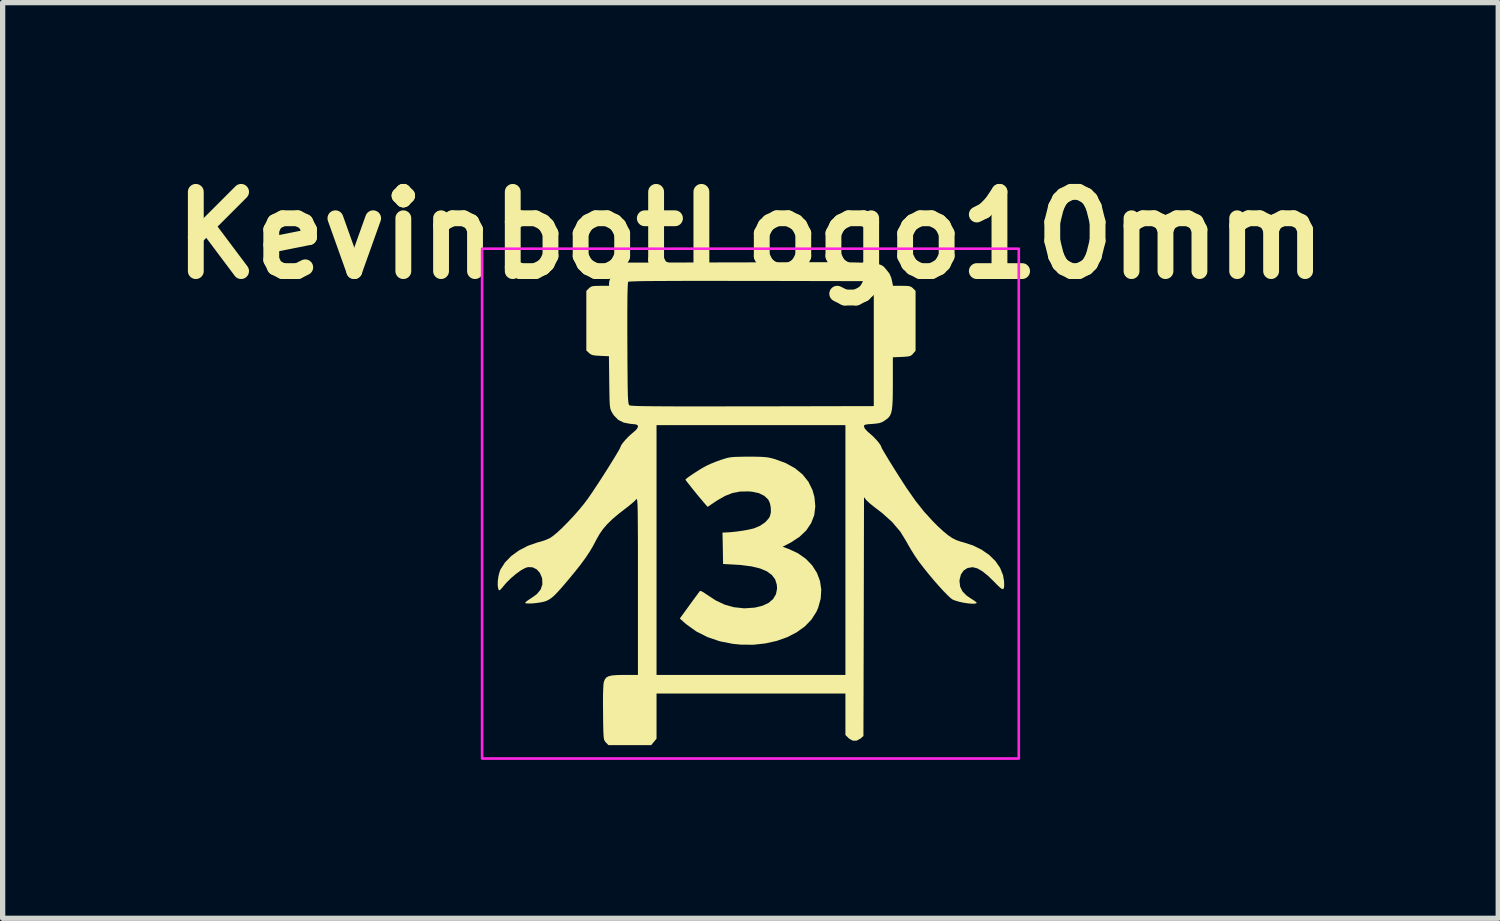
<source format=kicad_pcb>
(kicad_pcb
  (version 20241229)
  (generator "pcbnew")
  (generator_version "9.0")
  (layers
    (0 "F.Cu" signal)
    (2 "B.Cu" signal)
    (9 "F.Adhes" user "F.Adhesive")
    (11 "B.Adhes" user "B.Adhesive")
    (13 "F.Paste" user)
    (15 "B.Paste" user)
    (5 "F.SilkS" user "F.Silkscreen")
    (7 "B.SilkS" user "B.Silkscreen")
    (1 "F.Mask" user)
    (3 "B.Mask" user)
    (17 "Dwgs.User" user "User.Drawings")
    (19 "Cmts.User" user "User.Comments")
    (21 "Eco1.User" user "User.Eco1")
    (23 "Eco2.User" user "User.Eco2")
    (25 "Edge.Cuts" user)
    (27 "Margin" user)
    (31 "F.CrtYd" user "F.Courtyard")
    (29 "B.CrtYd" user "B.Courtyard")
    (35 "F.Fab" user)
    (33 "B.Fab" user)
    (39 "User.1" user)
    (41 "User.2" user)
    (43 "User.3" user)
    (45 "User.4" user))
  (footprint "KevinbotLogo10mm"
    (layer "F.Cu")
    (at 11.157 6.23)
    (property "Reference" "KevinbotLogo10mm" (at 0 -4.826 0) (layer "F.SilkS") (effects (font (size 1.5 1.5) (thickness 0.3))))
    (attr board_only exclude_from_pos_files exclude_from_bom)
    (fp_poly (pts (xy 0.091 -0.634) (xy 0.191 -0.632) (xy 0.268 -0.627) (xy 0.332 -0.62) (xy 0.391 -0.608) (xy 0.453 -0.591) (xy 0.458 -0.59) (xy 0.666 -0.514) (xy 0.842 -0.417) (xy 0.986 -0.299) (xy 1.097 -0.16) (xy 1.175 -0.001) (xy 1.212 0.132) (xy 1.228 0.307) (xy 1.208 0.471) (xy 1.15 0.622) (xy 1.058 0.76) (xy 0.93 0.882) (xy 0.769 0.988) (xy 0.743 1.002) (xy 0.609 1.071) (xy 0.722 1.112) (xy 0.899 1.194) (xy 1.048 1.299) (xy 1.169 1.424) (xy 1.259 1.566) (xy 1.317 1.72) (xy 1.341 1.884) (xy 1.33 2.053) (xy 1.283 2.224) (xy 1.249 2.302) (xy 1.155 2.449) (xy 1.03 2.579) (xy 0.876 2.69) (xy 0.698 2.782) (xy 0.499 2.853) (xy 0.284 2.901) (xy 0.056 2.926) (xy -0.181 2.924) (xy -0.327 2.91) (xy -0.579 2.861) (xy -0.814 2.781) (xy -1.027 2.673) (xy -1.213 2.539) (xy -1.237 2.519) (xy -1.337 2.429) (xy -1.154 2.177) (xy -1.091 2.09) (xy -1.035 2.014) (xy -0.991 1.954) (xy -0.963 1.917) (xy -0.956 1.908) (xy -0.934 1.91) (xy -0.892 1.932) (xy -0.837 1.969) (xy -0.661 2.085) (xy -0.49 2.166) (xy -0.316 2.215) (xy -0.134 2.235) (xy -0.088 2.235) (xy 0.083 2.223) (xy 0.227 2.188) (xy 0.343 2.134) (xy 0.429 2.06) (xy 0.483 1.969) (xy 0.504 1.862) (xy 0.499 1.789) (xy 0.468 1.689) (xy 0.405 1.605) (xy 0.311 1.536) (xy 0.183 1.482) (xy 0.021 1.443) (xy -0.177 1.417) (xy -0.283 1.41) (xy -0.518 1.397) (xy -0.523 1.099) (xy -0.529 0.801) (xy -0.484 0.801) (xy -0.386 0.796) (xy -0.269 0.784) (xy -0.148 0.767) (xy -0.036 0.747) (xy 0.053 0.726) (xy 0.065 0.723) (xy 0.182 0.674) (xy 0.28 0.607) (xy 0.349 0.53) (xy 0.371 0.488) (xy 0.387 0.416) (xy 0.385 0.328) (xy 0.368 0.244) (xy 0.338 0.179) (xy 0.263 0.107) (xy 0.162 0.057) (xy 0.032 0.029) (xy -0.042 0.023) (xy -0.197 0.026) (xy -0.339 0.053) (xy -0.479 0.108) (xy -0.626 0.192) (xy -0.649 0.207) (xy -0.811 0.316) (xy -0.876 0.241) (xy -0.925 0.183) (xy -0.983 0.114) (xy -1.044 0.039) (xy -1.105 -0.036) (xy -1.158 -0.103) (xy -1.2 -0.157) (xy -1.226 -0.191) (xy -1.231 -0.2) (xy -1.215 -0.217) (xy -1.174 -0.249) (xy -1.113 -0.291) (xy -1.042 -0.338) (xy -0.967 -0.386) (xy -0.896 -0.428) (xy -0.836 -0.461) (xy -0.83 -0.464) (xy -0.754 -0.499) (xy -0.659 -0.538) (xy -0.563 -0.573) (xy -0.547 -0.578) (xy -0.484 -0.598) (xy -0.43 -0.613) (xy -0.375 -0.623) (xy -0.313 -0.629) (xy -0.234 -0.632) (xy -0.13 -0.634) (xy -0.039 -0.634)) (stroke (width 0) (type solid)) (fill yes) (layer "F.SilkS"))
    (fp_poly (pts (xy 1.421 -4.316) (xy 1.619 -4.315) (xy 1.791 -4.314) (xy 1.939 -4.312) (xy 2.064 -4.309) (xy 2.168 -4.305) (xy 2.255 -4.3) (xy 2.325 -4.294) (xy 2.382 -4.287) (xy 2.426 -4.278) (xy 2.461 -4.268) (xy 2.488 -4.256) (xy 2.51 -4.242) (xy 2.527 -4.227) (xy 2.544 -4.209) (xy 2.561 -4.189) (xy 2.574 -4.174) (xy 2.632 -4.1) (xy 2.666 -4.021) (xy 2.676 -3.979) (xy 2.699 -3.869) (xy 2.865 -3.869) (xy 2.948 -3.868) (xy 3.002 -3.863) (xy 3.038 -3.852) (xy 3.065 -3.833) (xy 3.078 -3.821) (xy 3.126 -3.773) (xy 3.126 -3.206) (xy 3.126 -2.64) (xy 3.079 -2.585) (xy 3.053 -2.558) (xy 3.025 -2.541) (xy 2.984 -2.532) (xy 2.921 -2.526) (xy 2.864 -2.523) (xy 2.696 -2.516) (xy 2.696 -2.025) (xy 2.695 -1.854) (xy 2.693 -1.717) (xy 2.687 -1.609) (xy 2.678 -1.526) (xy 2.664 -1.463) (xy 2.644 -1.415) (xy 2.617 -1.378) (xy 2.581 -1.346) (xy 2.54 -1.317) (xy 2.489 -1.287) (xy 2.434 -1.269) (xy 2.362 -1.259) (xy 2.304 -1.254) (xy 2.227 -1.249) (xy 2.181 -1.242) (xy 2.157 -1.232) (xy 2.15 -1.215) (xy 2.149 -1.204) (xy 2.167 -1.164) (xy 2.218 -1.109) (xy 2.259 -1.074) (xy 2.319 -1.021) (xy 2.378 -0.96) (xy 2.43 -0.899) (xy 2.466 -0.846) (xy 2.481 -0.811) (xy 2.481 -0.809) (xy 2.491 -0.788) (xy 2.519 -0.738) (xy 2.562 -0.667) (xy 2.615 -0.578) (xy 2.677 -0.478) (xy 2.743 -0.372) (xy 2.811 -0.265) (xy 2.877 -0.162) (xy 2.937 -0.069) (xy 2.957 -0.039) (xy 3.123 0.199) (xy 3.288 0.407) (xy 3.458 0.593) (xy 3.545 0.68) (xy 3.652 0.779) (xy 3.741 0.852) (xy 3.82 0.906) (xy 3.898 0.945) (xy 3.981 0.974) (xy 4.025 0.985) (xy 4.211 1.045) (xy 4.377 1.127) (xy 4.521 1.227) (xy 4.639 1.343) (xy 4.727 1.472) (xy 4.782 1.61) (xy 4.801 1.719) (xy 4.804 1.803) (xy 4.798 1.854) (xy 4.781 1.874) (xy 4.749 1.863) (xy 4.699 1.82) (xy 4.627 1.748) (xy 4.622 1.742) (xy 4.498 1.621) (xy 4.389 1.534) (xy 4.295 1.48) (xy 4.213 1.459) (xy 4.203 1.458) (xy 4.111 1.473) (xy 4.037 1.52) (xy 3.985 1.595) (xy 3.96 1.692) (xy 3.958 1.728) (xy 3.971 1.83) (xy 4.016 1.918) (xy 4.094 1.997) (xy 4.178 2.054) (xy 4.235 2.09) (xy 4.273 2.119) (xy 4.286 2.136) (xy 4.285 2.137) (xy 4.251 2.148) (xy 4.19 2.149) (xy 4.11 2.142) (xy 4.022 2.128) (xy 3.936 2.108) (xy 3.86 2.084) (xy 3.826 2.069) (xy 3.786 2.04) (xy 3.727 1.984) (xy 3.652 1.907) (xy 3.567 1.814) (xy 3.475 1.709) (xy 3.381 1.597) (xy 3.29 1.484) (xy 3.204 1.373) (xy 3.18 1.341) (xy 3.113 1.243) (xy 3.042 1.13) (xy 2.979 1.021) (xy 2.957 0.98) (xy 2.838 0.786) (xy 2.682 0.602) (xy 2.487 0.427) (xy 2.402 0.362) (xy 2.327 0.305) (xy 2.26 0.25) (xy 2.211 0.205) (xy 2.191 0.185) (xy 2.15 0.132) (xy 2.145 2.393) (xy 2.139 4.654) (xy 2.085 4.701) (xy 2.013 4.741) (xy 1.941 4.743) (xy 1.872 4.706) (xy 1.855 4.691) (xy 1.798 4.634) (xy 1.798 4.241) (xy 1.798 3.849) (xy 0.01 3.849) (xy -1.778 3.849) (xy -1.778 4.277) (xy -1.778 4.706) (xy -1.829 4.766) (xy -1.879 4.826) (xy -2.284 4.826) (xy -2.689 4.826) (xy -2.737 4.776) (xy -2.751 4.76) (xy -2.762 4.743) (xy -2.771 4.72) (xy -2.777 4.686) (xy -2.781 4.637) (xy -2.785 4.567) (xy -2.787 4.472) (xy -2.789 4.347) (xy -2.79 4.214) (xy -2.792 4.026) (xy -2.791 3.872) (xy -2.787 3.753) (xy -2.782 3.671) (xy -2.775 3.629) (xy -2.756 3.581) (xy -2.728 3.546) (xy -2.684 3.522) (xy -2.62 3.507) (xy -2.528 3.5) (xy -2.405 3.497) (xy -2.385 3.497) (xy -2.13 3.497) (xy -2.13 1.813) (xy -2.13 1.516) (xy -2.13 1.257) (xy -2.13 1.032) (xy -2.131 0.839) (xy -2.132 0.676) (xy -2.133 0.54) (xy -2.134 0.43) (xy -2.136 0.342) (xy -2.138 0.275) (xy -2.141 0.227) (xy -2.144 0.194) (xy -2.148 0.175) (xy -2.152 0.167) (xy -2.157 0.168) (xy -2.16 0.171) (xy -2.188 0.201) (xy -2.24 0.247) (xy -2.306 0.301) (xy -2.351 0.336) (xy -2.498 0.45) (xy -2.617 0.551) (xy -2.713 0.645) (xy -2.791 0.736) (xy -2.858 0.832) (xy -2.918 0.938) (xy -2.931 0.963) (xy -2.988 1.071) (xy -3.052 1.177) (xy -3.126 1.287) (xy -3.213 1.406) (xy -3.32 1.541) (xy -3.449 1.698) (xy -3.45 1.698) (xy -3.552 1.819) (xy -3.635 1.912) (xy -3.702 1.983) (xy -3.759 2.034) (xy -3.81 2.069) (xy -3.858 2.094) (xy -3.905 2.11) (xy -3.969 2.124) (xy -4.045 2.135) (xy -4.122 2.143) (xy -4.192 2.145) (xy -4.243 2.143) (xy -4.265 2.136) (xy -4.255 2.118) (xy -4.218 2.088) (xy -4.162 2.051) (xy -4.153 2.046) (xy -4.044 1.968) (xy -3.972 1.881) (xy -3.939 1.784) (xy -3.943 1.678) (xy -3.948 1.655) (xy -3.988 1.563) (xy -4.049 1.497) (xy -4.125 1.46) (xy -4.209 1.456) (xy -4.26 1.471) (xy -4.342 1.515) (xy -4.436 1.583) (xy -4.533 1.665) (xy -4.621 1.753) (xy -4.659 1.797) (xy -4.708 1.856) (xy -4.738 1.887) (xy -4.756 1.896) (xy -4.767 1.886) (xy -4.773 1.871) (xy -4.785 1.806) (xy -4.783 1.719) (xy -4.77 1.625) (xy -4.747 1.539) (xy -4.732 1.501) (xy -4.647 1.368) (xy -4.529 1.247) (xy -4.383 1.141) (xy -4.214 1.053) (xy -4.028 0.988) (xy -3.976 0.975) (xy -3.896 0.95) (xy -3.814 0.915) (xy -3.79 0.903) (xy -3.728 0.859) (xy -3.647 0.791) (xy -3.554 0.703) (xy -3.453 0.601) (xy -3.349 0.49) (xy -3.25 0.378) (xy -3.159 0.268) (xy -3.089 0.176) (xy -3.037 0.102) (xy -2.975 0.01) (xy -2.906 -0.094) (xy -2.832 -0.207) (xy -2.757 -0.324) (xy -2.685 -0.438) (xy -2.618 -0.546) (xy -2.559 -0.642) (xy -2.511 -0.722) (xy -2.478 -0.78) (xy -2.463 -0.812) (xy -2.462 -0.815) (xy -2.448 -0.849) (xy -2.413 -0.899) (xy -2.362 -0.959) (xy -2.303 -1.02) (xy -2.244 -1.073) (xy -2.229 -1.085) (xy -2.163 -1.143) (xy -2.132 -1.19) (xy -2.13 -1.203) (xy -2.133 -1.225) (xy -2.14 -1.231) (xy -1.778 -1.231) (xy -1.778 1.133) (xy -1.778 3.497) (xy 0.01 3.497) (xy 1.798 3.497) (xy 1.798 1.133) (xy 1.798 -1.231) (xy 0.01 -1.231) (xy -1.778 -1.231) (xy -2.14 -1.231) (xy -2.15 -1.239) (xy -2.187 -1.248) (xy -2.253 -1.254) (xy -2.268 -1.255) (xy -2.397 -1.279) (xy -2.501 -1.33) (xy -2.583 -1.412) (xy -2.618 -1.466) (xy -2.633 -1.494) (xy -2.645 -1.521) (xy -2.654 -1.553) (xy -2.66 -1.594) (xy -2.665 -1.65) (xy -2.668 -1.727) (xy -2.67 -1.829) (xy -2.672 -1.962) (xy -2.673 -2.045) (xy -2.679 -2.536) (xy -2.842 -2.543) (xy -2.927 -2.548) (xy -2.983 -2.556) (xy -3.021 -2.571) (xy -3.052 -2.593) (xy -3.056 -2.597) (xy -3.107 -2.645) (xy -3.107 -3.209) (xy -3.107 -3.287) (xy -2.331 -3.287) (xy -2.331 -3.049) (xy -2.33 -2.778) (xy -2.329 -2.537) (xy -2.328 -2.331) (xy -2.326 -2.159) (xy -2.325 -2.017) (xy -2.323 -1.902) (xy -2.321 -1.811) (xy -2.318 -1.741) (xy -2.314 -1.69) (xy -2.31 -1.654) (xy -2.305 -1.63) (xy -2.299 -1.616) (xy -2.292 -1.607) (xy -2.292 -1.607) (xy -2.279 -1.603) (xy -2.251 -1.6) (xy -2.206 -1.597) (xy -2.143 -1.594) (xy -2.058 -1.592) (xy -1.951 -1.59) (xy -1.82 -1.589) (xy -1.663 -1.588) (xy -1.478 -1.587) (xy -1.263 -1.586) (xy -1.017 -1.586) (xy -0.738 -1.586) (xy -0.423 -1.587) (xy -0.072 -1.587) (xy 0.038 -1.587) (xy 2.335 -1.592) (xy 2.335 -2.774) (xy 2.335 -3.957) (xy 0.021 -3.962) (xy -0.372 -3.962) (xy -0.726 -3.963) (xy -1.043 -3.963) (xy -1.322 -3.962) (xy -1.565 -3.961) (xy -1.773 -3.96) (xy -1.946 -3.959) (xy -2.085 -3.957) (xy -2.191 -3.954) (xy -2.263 -3.951) (xy -2.304 -3.948) (xy -2.314 -3.946) (xy -2.319 -3.924) (xy -2.323 -3.867) (xy -2.326 -3.776) (xy -2.329 -3.65) (xy -2.33 -3.487) (xy -2.331 -3.287) (xy -3.107 -3.287) (xy -3.107 -3.773) (xy -3.059 -3.821) (xy -3.031 -3.844) (xy -3.001 -3.859) (xy -2.956 -3.866) (xy -2.888 -3.868) (xy -2.844 -3.869) (xy -2.677 -3.869) (xy -2.677 -3.924) (xy -2.668 -3.971) (xy -2.645 -4.036) (xy -2.623 -4.085) (xy -2.572 -4.166) (xy -2.509 -4.226) (xy -2.473 -4.25) (xy -2.377 -4.308) (xy -0.042 -4.313) (xy 0.321 -4.314) (xy 0.646 -4.315) (xy 0.936 -4.316) (xy 1.194 -4.316)) (stroke (width 0) (type solid)) (fill yes) (layer "F.SilkS"))
    (fp_rect (start -5.08 -4.572) (end 5.08 5.08) (stroke (width 0.05) (type default)) (fill no) (layer "F.CrtYd")))
  (gr_rect
    (start -3 -3)
    (end 25.314 14.335)
    (stroke (width 0.1) (type default))
    (fill no)
    (layer "Edge.Cuts")))
</source>
